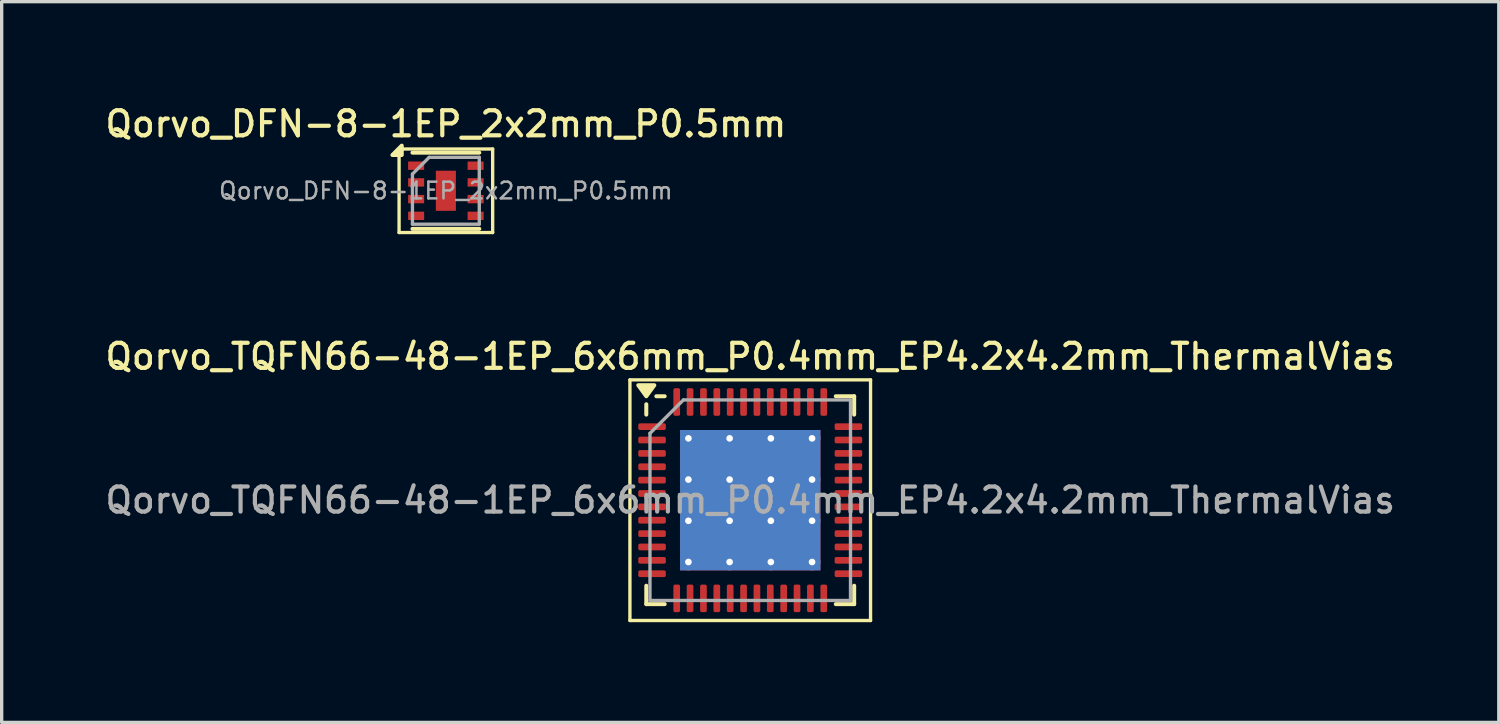
<source format=kicad_pcb>
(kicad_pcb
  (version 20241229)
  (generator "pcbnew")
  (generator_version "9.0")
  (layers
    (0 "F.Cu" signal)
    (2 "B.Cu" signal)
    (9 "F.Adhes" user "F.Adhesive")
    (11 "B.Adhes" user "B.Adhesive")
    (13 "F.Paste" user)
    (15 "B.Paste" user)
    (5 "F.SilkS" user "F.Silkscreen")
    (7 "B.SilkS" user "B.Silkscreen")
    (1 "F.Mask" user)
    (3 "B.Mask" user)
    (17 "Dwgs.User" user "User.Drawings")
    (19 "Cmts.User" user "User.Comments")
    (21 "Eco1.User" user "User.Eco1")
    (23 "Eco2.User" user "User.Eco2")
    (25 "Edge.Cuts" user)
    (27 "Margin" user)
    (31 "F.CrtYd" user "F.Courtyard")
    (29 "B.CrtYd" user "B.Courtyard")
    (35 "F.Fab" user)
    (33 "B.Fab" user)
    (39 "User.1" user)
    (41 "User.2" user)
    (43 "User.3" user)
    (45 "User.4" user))
  (footprint "Qorvo_TQFN66-48-1EP_6x6mm_P0.4mm_EP4.2x4.2mm_ThermalVias"
    (layer "F.Cu")
    (at 19.398 11.916)
    (property "Reference" "Qorvo_TQFN66-48-1EP_6x6mm_P0.4mm_EP4.2x4.2mm_ThermalVias" (at 0 -4.3 0) (layer "F.SilkS") (effects (font (size 0.75 0.75) (thickness 0.125))))
    (attr smd)
    (fp_line (start -3.6 -3.6) (end -3.6 3.6) (stroke (width 0.1) (type solid)) (layer "F.SilkS"))
    (fp_line (start -3.6 3.6) (end 3.6 3.6) (stroke (width 0.1) (type solid)) (layer "F.SilkS"))
    (fp_line (start -3.11 -2.56) (end -3.11 -2.87) (stroke (width 0.12) (type solid)) (layer "F.SilkS"))
    (fp_line (start -3.11 3.11) (end -3.11 2.56) (stroke (width 0.12) (type solid)) (layer "F.SilkS"))
    (fp_line (start -2.56 -3.11) (end -2.81 -3.11) (stroke (width 0.12) (type solid)) (layer "F.SilkS"))
    (fp_line (start -2.56 3.11) (end -3.11 3.11) (stroke (width 0.12) (type solid)) (layer "F.SilkS"))
    (fp_line (start 2.56 -3.11) (end 3.11 -3.11) (stroke (width 0.12) (type solid)) (layer "F.SilkS"))
    (fp_line (start 2.56 3.11) (end 3.11 3.11) (stroke (width 0.12) (type solid)) (layer "F.SilkS"))
    (fp_line (start 3.11 -3.11) (end 3.11 -2.56) (stroke (width 0.12) (type solid)) (layer "F.SilkS"))
    (fp_line (start 3.11 3.11) (end 3.11 2.56) (stroke (width 0.12) (type solid)) (layer "F.SilkS"))
    (fp_line (start 3.6 -3.6) (end -3.6 -3.6) (stroke (width 0.1) (type solid)) (layer "F.SilkS"))
    (fp_line (start 3.6 3.6) (end 3.6 -3.6) (stroke (width 0.1) (type solid)) (layer "F.SilkS"))
    (fp_poly (pts (xy -3.11 -3.11) (xy -3.35 -3.44) (xy -2.87 -3.44) (xy -3.11 -3.11)) (stroke (width 0.12) (type solid)) (fill yes) (layer "F.SilkS"))
    (fp_line (start -3 -2) (end -2 -3) (stroke (width 0.1) (type solid)) (layer "F.Fab"))
    (fp_line (start -3 3) (end -3 -2) (stroke (width 0.1) (type solid)) (layer "F.Fab"))
    (fp_line (start -2 -3) (end 3 -3) (stroke (width 0.1) (type solid)) (layer "F.Fab"))
    (fp_line (start 3 -3) (end 3 3) (stroke (width 0.1) (type solid)) (layer "F.Fab"))
    (fp_line (start 3 3) (end -3 3) (stroke (width 0.1) (type solid)) (layer "F.Fab"))
    (fp_text user "${REFERENCE}" (at 0 0 0) (layer "F.Fab") (effects (font (size 0.75 0.75) (thickness 0.125))))
    (pad "" smd roundrect (at -1.233 -1.233) (size 1.084 1.084) (layers "F.Paste") (roundrect_rratio 0.231))
    (pad "" smd roundrect (at -1.233 0) (size 1.084 1.084) (layers "F.Paste") (roundrect_rratio 0.231))
    (pad "" smd roundrect (at -1.233 1.233) (size 1.084 1.084) (layers "F.Paste") (roundrect_rratio 0.231))
    (pad "" smd roundrect (at 0 -1.233) (size 1.084 1.084) (layers "F.Paste") (roundrect_rratio 0.231))
    (pad "" smd roundrect (at 0 0) (size 1.084 1.084) (layers "F.Paste") (roundrect_rratio 0.231))
    (pad "" smd roundrect (at 0 1.233) (size 1.084 1.084) (layers "F.Paste") (roundrect_rratio 0.231))
    (pad "" smd roundrect (at 1.233 -1.233) (size 1.084 1.084) (layers "F.Paste") (roundrect_rratio 0.231))
    (pad "" smd roundrect (at 1.233 0) (size 1.084 1.084) (layers "F.Paste") (roundrect_rratio 0.231))
    (pad "" smd roundrect (at 1.233 1.233) (size 1.084 1.084) (layers "F.Paste") (roundrect_rratio 0.231))
    (pad "1" smd roundrect (at -2.938 -2.2) (size 0.825 0.2) (layers "F.Cu" "F.Mask" "F.Paste") (roundrect_rratio 0.25))
    (pad "2" smd roundrect (at -2.938 -1.8) (size 0.825 0.2) (layers "F.Cu" "F.Mask" "F.Paste") (roundrect_rratio 0.25))
    (pad "3" smd roundrect (at -2.938 -1.4) (size 0.825 0.2) (layers "F.Cu" "F.Mask" "F.Paste") (roundrect_rratio 0.25))
    (pad "4" smd roundrect (at -2.938 -1) (size 0.825 0.2) (layers "F.Cu" "F.Mask" "F.Paste") (roundrect_rratio 0.25))
    (pad "5" smd roundrect (at -2.938 -0.6) (size 0.825 0.2) (layers "F.Cu" "F.Mask" "F.Paste") (roundrect_rratio 0.25))
    (pad "6" smd roundrect (at -2.938 -0.2) (size 0.825 0.2) (layers "F.Cu" "F.Mask" "F.Paste") (roundrect_rratio 0.25))
    (pad "7" smd roundrect (at -2.938 0.2) (size 0.825 0.2) (layers "F.Cu" "F.Mask" "F.Paste") (roundrect_rratio 0.25))
    (pad "8" smd roundrect (at -2.938 0.6) (size 0.825 0.2) (layers "F.Cu" "F.Mask" "F.Paste") (roundrect_rratio 0.25))
    (pad "9" smd roundrect (at -2.938 1) (size 0.825 0.2) (layers "F.Cu" "F.Mask" "F.Paste") (roundrect_rratio 0.25))
    (pad "10" smd roundrect (at -2.938 1.4) (size 0.825 0.2) (layers "F.Cu" "F.Mask" "F.Paste") (roundrect_rratio 0.25))
    (pad "11" smd roundrect (at -2.938 1.8) (size 0.825 0.2) (layers "F.Cu" "F.Mask" "F.Paste") (roundrect_rratio 0.25))
    (pad "12" smd roundrect (at -2.938 2.2) (size 0.825 0.2) (layers "F.Cu" "F.Mask" "F.Paste") (roundrect_rratio 0.25))
    (pad "13" smd roundrect (at -2.2 2.938) (size 0.2 0.825) (layers "F.Cu" "F.Mask" "F.Paste") (roundrect_rratio 0.25))
    (pad "14" smd roundrect (at -1.8 2.938) (size 0.2 0.825) (layers "F.Cu" "F.Mask" "F.Paste") (roundrect_rratio 0.25))
    (pad "15" smd roundrect (at -1.4 2.938) (size 0.2 0.825) (layers "F.Cu" "F.Mask" "F.Paste") (roundrect_rratio 0.25))
    (pad "16" smd roundrect (at -1 2.938) (size 0.2 0.825) (layers "F.Cu" "F.Mask" "F.Paste") (roundrect_rratio 0.25))
    (pad "17" smd roundrect (at -0.6 2.938) (size 0.2 0.825) (layers "F.Cu" "F.Mask" "F.Paste") (roundrect_rratio 0.25))
    (pad "18" smd roundrect (at -0.2 2.938) (size 0.2 0.825) (layers "F.Cu" "F.Mask" "F.Paste") (roundrect_rratio 0.25))
    (pad "19" smd roundrect (at 0.2 2.938) (size 0.2 0.825) (layers "F.Cu" "F.Mask" "F.Paste") (roundrect_rratio 0.25))
    (pad "20" smd roundrect (at 0.6 2.938) (size 0.2 0.825) (layers "F.Cu" "F.Mask" "F.Paste") (roundrect_rratio 0.25))
    (pad "21" smd roundrect (at 1 2.938) (size 0.2 0.825) (layers "F.Cu" "F.Mask" "F.Paste") (roundrect_rratio 0.25))
    (pad "22" smd roundrect (at 1.4 2.938) (size 0.2 0.825) (layers "F.Cu" "F.Mask" "F.Paste") (roundrect_rratio 0.25))
    (pad "23" smd roundrect (at 1.8 2.938) (size 0.2 0.825) (layers "F.Cu" "F.Mask" "F.Paste") (roundrect_rratio 0.25))
    (pad "24" smd roundrect (at 2.2 2.938) (size 0.2 0.825) (layers "F.Cu" "F.Mask" "F.Paste") (roundrect_rratio 0.25))
    (pad "25" smd roundrect (at 2.938 2.2) (size 0.825 0.2) (layers "F.Cu" "F.Mask" "F.Paste") (roundrect_rratio 0.25))
    (pad "26" smd roundrect (at 2.938 1.8) (size 0.825 0.2) (layers "F.Cu" "F.Mask" "F.Paste") (roundrect_rratio 0.25))
    (pad "27" smd roundrect (at 2.938 1.4) (size 0.825 0.2) (layers "F.Cu" "F.Mask" "F.Paste") (roundrect_rratio 0.25))
    (pad "28" smd roundrect (at 2.938 1) (size 0.825 0.2) (layers "F.Cu" "F.Mask" "F.Paste") (roundrect_rratio 0.25))
    (pad "29" smd roundrect (at 2.938 0.6) (size 0.825 0.2) (layers "F.Cu" "F.Mask" "F.Paste") (roundrect_rratio 0.25))
    (pad "30" smd roundrect (at 2.938 0.2) (size 0.825 0.2) (layers "F.Cu" "F.Mask" "F.Paste") (roundrect_rratio 0.25))
    (pad "31" smd roundrect (at 2.938 -0.2) (size 0.825 0.2) (layers "F.Cu" "F.Mask" "F.Paste") (roundrect_rratio 0.25))
    (pad "32" smd roundrect (at 2.938 -0.6) (size 0.825 0.2) (layers "F.Cu" "F.Mask" "F.Paste") (roundrect_rratio 0.25))
    (pad "33" smd roundrect (at 2.938 -1) (size 0.825 0.2) (layers "F.Cu" "F.Mask" "F.Paste") (roundrect_rratio 0.25))
    (pad "34" smd roundrect (at 2.938 -1.4) (size 0.825 0.2) (layers "F.Cu" "F.Mask" "F.Paste") (roundrect_rratio 0.25))
    (pad "35" smd roundrect (at 2.938 -1.8) (size 0.825 0.2) (layers "F.Cu" "F.Mask" "F.Paste") (roundrect_rratio 0.25))
    (pad "36" smd roundrect (at 2.938 -2.2) (size 0.825 0.2) (layers "F.Cu" "F.Mask" "F.Paste") (roundrect_rratio 0.25))
    (pad "37" smd roundrect (at 2.2 -2.938) (size 0.2 0.825) (layers "F.Cu" "F.Mask" "F.Paste") (roundrect_rratio 0.25))
    (pad "38" smd roundrect (at 1.8 -2.938) (size 0.2 0.825) (layers "F.Cu" "F.Mask" "F.Paste") (roundrect_rratio 0.25))
    (pad "39" smd roundrect (at 1.4 -2.938) (size 0.2 0.825) (layers "F.Cu" "F.Mask" "F.Paste") (roundrect_rratio 0.25))
    (pad "40" smd roundrect (at 1 -2.938) (size 0.2 0.825) (layers "F.Cu" "F.Mask" "F.Paste") (roundrect_rratio 0.25))
    (pad "41" smd roundrect (at 0.6 -2.938) (size 0.2 0.825) (layers "F.Cu" "F.Mask" "F.Paste") (roundrect_rratio 0.25))
    (pad "42" smd roundrect (at 0.2 -2.938) (size 0.2 0.825) (layers "F.Cu" "F.Mask" "F.Paste") (roundrect_rratio 0.25))
    (pad "43" smd roundrect (at -0.2 -2.938) (size 0.2 0.825) (layers "F.Cu" "F.Mask" "F.Paste") (roundrect_rratio 0.25))
    (pad "44" smd roundrect (at -0.6 -2.938) (size 0.2 0.825) (layers "F.Cu" "F.Mask" "F.Paste") (roundrect_rratio 0.25))
    (pad "45" smd roundrect (at -1 -2.938) (size 0.2 0.825) (layers "F.Cu" "F.Mask" "F.Paste") (roundrect_rratio 0.25))
    (pad "46" smd roundrect (at -1.4 -2.938) (size 0.2 0.825) (layers "F.Cu" "F.Mask" "F.Paste") (roundrect_rratio 0.25))
    (pad "47" smd roundrect (at -1.8 -2.938) (size 0.2 0.825) (layers "F.Cu" "F.Mask" "F.Paste") (roundrect_rratio 0.25))
    (pad "48" smd roundrect (at -2.2 -2.938) (size 0.2 0.825) (layers "F.Cu" "F.Mask" "F.Paste") (roundrect_rratio 0.25))
    (pad "49" thru_hole circle (at -1.85 -1.85) (size 0.5 0.5) (drill 0.2) (property pad_prop_heatsink) (layers "*.Cu"))
    (pad "49" thru_hole circle (at -1.85 -0.617) (size 0.5 0.5) (drill 0.2) (property pad_prop_heatsink) (layers "*.Cu"))
    (pad "49" thru_hole circle (at -1.85 0.617) (size 0.5 0.5) (drill 0.2) (property pad_prop_heatsink) (layers "*.Cu"))
    (pad "49" thru_hole circle (at -1.85 1.85) (size 0.5 0.5) (drill 0.2) (property pad_prop_heatsink) (layers "*.Cu"))
    (pad "49" thru_hole circle (at -0.617 -1.85) (size 0.5 0.5) (drill 0.2) (property pad_prop_heatsink) (layers "*.Cu"))
    (pad "49" thru_hole circle (at -0.617 -0.617) (size 0.5 0.5) (drill 0.2) (property pad_prop_heatsink) (layers "*.Cu"))
    (pad "49" thru_hole circle (at -0.617 0.617) (size 0.5 0.5) (drill 0.2) (property pad_prop_heatsink) (layers "*.Cu"))
    (pad "49" thru_hole circle (at -0.617 1.85) (size 0.5 0.5) (drill 0.2) (property pad_prop_heatsink) (layers "*.Cu"))
    (pad "49" smd rect (at 0 0) (size 4.2 4.2) (property pad_prop_heatsink) (layers "F.Cu" "F.Mask"))
    (pad "49" smd rect (at 0 0) (size 4.2 4.2) (property pad_prop_heatsink) (layers "B.Cu"))
    (pad "49" thru_hole circle (at 0.617 -1.85) (size 0.5 0.5) (drill 0.2) (property pad_prop_heatsink) (layers "*.Cu"))
    (pad "49" thru_hole circle (at 0.617 -0.617) (size 0.5 0.5) (drill 0.2) (property pad_prop_heatsink) (layers "*.Cu"))
    (pad "49" thru_hole circle (at 0.617 0.617) (size 0.5 0.5) (drill 0.2) (property pad_prop_heatsink) (layers "*.Cu"))
    (pad "49" thru_hole circle (at 0.617 1.85) (size 0.5 0.5) (drill 0.2) (property pad_prop_heatsink) (layers "*.Cu"))
    (pad "49" thru_hole circle (at 1.85 -1.85) (size 0.5 0.5) (drill 0.2) (property pad_prop_heatsink) (layers "*.Cu"))
    (pad "49" thru_hole circle (at 1.85 -0.617) (size 0.5 0.5) (drill 0.2) (property pad_prop_heatsink) (layers "*.Cu"))
    (pad "49" thru_hole circle (at 1.85 0.617) (size 0.5 0.5) (drill 0.2) (property pad_prop_heatsink) (layers "*.Cu"))
    (pad "49" thru_hole circle (at 1.85 1.85) (size 0.5 0.5) (drill 0.2) (property pad_prop_heatsink) (layers "*.Cu")))
  (footprint "Qorvo_DFN-8-1EP_2x2mm_P0.5mm"
    (layer "F.Cu")
    (at 10.291 2.658)
    (property "Reference" "Qorvo_DFN-8-1EP_2x2mm_P0.5mm" (at 0 -2 0) (layer "F.SilkS") (effects (font (size 0.75 0.75) (thickness 0.125))))
    (attr smd)
    (fp_line (start -1.4 -1.25) (end -1.4 1.25) (stroke (width 0.1) (type solid)) (layer "F.SilkS"))
    (fp_line (start -1.4 -1.25) (end 1.4 -1.25) (stroke (width 0.1) (type solid)) (layer "F.SilkS"))
    (fp_line (start -1.4 1.25) (end 1.4 1.25) (stroke (width 0.1) (type solid)) (layer "F.SilkS"))
    (fp_line (start -1 -1.14) (end 1 -1.14) (stroke (width 0.12) (type solid)) (layer "F.SilkS"))
    (fp_line (start -1 1.14) (end 1 1.14) (stroke (width 0.12) (type solid)) (layer "F.SilkS"))
    (fp_line (start 1.4 -1.25) (end 1.4 1.25) (stroke (width 0.1) (type solid)) (layer "F.SilkS"))
    (fp_poly (pts (xy -1.32 -1.07) (xy -1.6 -1.07) (xy -1.32 -1.35) (xy -1.32 -1.07)) (stroke (width 0.12) (type solid)) (fill yes) (layer "F.SilkS"))
    (fp_line (start -1 -0.5) (end -0.5 -1) (stroke (width 0.1) (type solid)) (layer "F.Fab"))
    (fp_line (start -1 1) (end -1 -0.5) (stroke (width 0.1) (type solid)) (layer "F.Fab"))
    (fp_line (start -0.5 -1) (end 1 -1) (stroke (width 0.1) (type solid)) (layer "F.Fab"))
    (fp_line (start 1 -1) (end 1 1) (stroke (width 0.1) (type solid)) (layer "F.Fab"))
    (fp_line (start 1 1) (end -1 1) (stroke (width 0.1) (type solid)) (layer "F.Fab"))
    (fp_text user "${REFERENCE}" (at 0 0 0) (layer "F.Fab") (effects (font (size 0.5 0.5) (thickness 0.075))))
    (pad "1" smd rect (at -0.89 -0.75) (size 0.48 0.25) (layers "F.Cu" "F.Mask" "F.Paste"))
    (pad "2" smd rect (at -0.89 -0.25) (size 0.48 0.25) (layers "F.Cu" "F.Mask" "F.Paste"))
    (pad "3" smd rect (at -0.89 0.25) (size 0.48 0.25) (layers "F.Cu" "F.Mask" "F.Paste"))
    (pad "4" smd rect (at -0.89 0.75) (size 0.48 0.25) (layers "F.Cu" "F.Mask" "F.Paste"))
    (pad "5" smd rect (at 0.89 0.75) (size 0.48 0.25) (layers "F.Cu" "F.Mask" "F.Paste"))
    (pad "6" smd rect (at 0.89 0.25) (size 0.48 0.25) (layers "F.Cu" "F.Mask" "F.Paste"))
    (pad "7" smd rect (at 0.89 -0.25) (size 0.48 0.25) (layers "F.Cu" "F.Mask" "F.Paste"))
    (pad "8" smd rect (at 0.89 -0.75) (size 0.48 0.25) (layers "F.Cu" "F.Mask" "F.Paste"))
    (pad "9" smd rect (at 0 0) (size 0.6 1.2) (layers "F.Cu" "F.Mask" "F.Paste")))
  (gr_rect
    (start -3 -3)
    (end 41.796 18.566)
    (stroke (width 0.1) (type default))
    (fill no)
    (layer "Edge.Cuts")))
</source>
